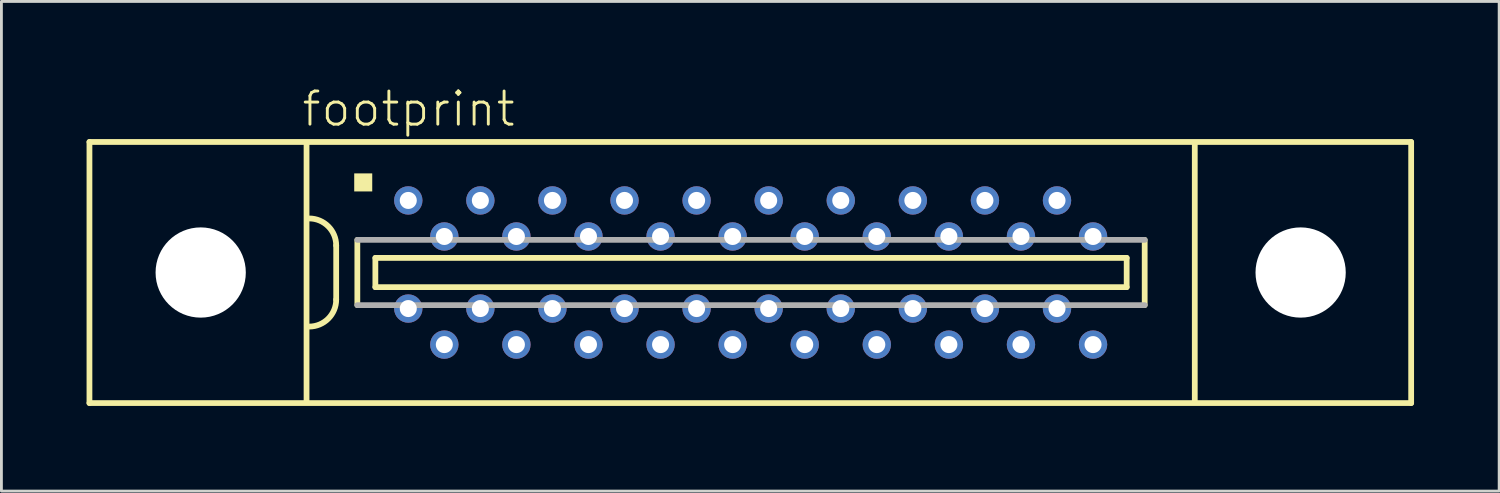
<source format=kicad_pcb>
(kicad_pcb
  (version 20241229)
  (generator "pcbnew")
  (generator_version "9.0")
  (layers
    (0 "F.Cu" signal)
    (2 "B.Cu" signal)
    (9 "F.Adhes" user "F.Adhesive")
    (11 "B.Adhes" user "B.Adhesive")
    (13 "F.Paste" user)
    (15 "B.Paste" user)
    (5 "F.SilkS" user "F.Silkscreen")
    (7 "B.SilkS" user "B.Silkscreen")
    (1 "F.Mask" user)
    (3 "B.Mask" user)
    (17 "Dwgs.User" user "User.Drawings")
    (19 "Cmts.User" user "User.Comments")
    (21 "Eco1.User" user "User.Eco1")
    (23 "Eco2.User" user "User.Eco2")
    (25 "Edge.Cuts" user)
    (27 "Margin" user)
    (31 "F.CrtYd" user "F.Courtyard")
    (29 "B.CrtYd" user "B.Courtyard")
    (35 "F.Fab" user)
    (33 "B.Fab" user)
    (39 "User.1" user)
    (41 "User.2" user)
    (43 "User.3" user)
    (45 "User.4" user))
  (footprint "footprint"
    (layer "F.Cu")
    (at 23.402 6.553)
    (property "Reference" "footprint" (at -15.875 -5.08 0) (layer "F.SilkS") (effects (font (size 1.168 1.168) (thickness 0.102)) (justify left bottom)))
    (fp_line (start -23.3 -4.6) (end -23.3 4.6) (stroke (width 0.203) (type solid)) (layer "F.SilkS"))
    (fp_line (start -23.3 4.6) (end 23.275 4.6) (stroke (width 0.203) (type solid)) (layer "F.SilkS"))
    (fp_line (start -15.65 -4.55) (end -15.65 4.55) (stroke (width 0.203) (type solid)) (layer "F.SilkS"))
    (fp_line (start -14.605 -0.953) (end -14.605 0.953) (stroke (width 0.203) (type solid)) (layer "F.SilkS"))
    (fp_line (start -13.86 -1.15) (end -13.86 1.15) (stroke (width 0.203) (type solid)) (layer "F.SilkS"))
    (fp_line (start -13.225 -0.515) (end -13.225 0.515) (stroke (width 0.203) (type solid)) (layer "F.SilkS"))
    (fp_line (start -13.225 0.515) (end 13.25 0.515) (stroke (width 0.203) (type solid)) (layer "F.SilkS"))
    (fp_line (start 13.25 -0.515) (end -13.225 -0.515) (stroke (width 0.203) (type solid)) (layer "F.SilkS"))
    (fp_line (start 13.25 0.515) (end 13.25 -0.515) (stroke (width 0.203) (type solid)) (layer "F.SilkS"))
    (fp_line (start 13.885 1.15) (end 13.885 -1.15) (stroke (width 0.203) (type solid)) (layer "F.SilkS"))
    (fp_line (start 15.65 4.55) (end 15.65 -4.55) (stroke (width 0.203) (type solid)) (layer "F.SilkS"))
    (fp_line (start 23.275 -4.6) (end -23.3 -4.6) (stroke (width 0.203) (type solid)) (layer "F.SilkS"))
    (fp_line (start 23.275 4.6) (end 23.275 -4.6) (stroke (width 0.203) (type solid)) (layer "F.SilkS"))
    (fp_arc (start -15.5575 -1.905) (mid -14.883981 -1.626019) (end -14.605 -0.9525) (stroke (width 0.2032) (type solid)) (layer "F.SilkS"))
    (fp_arc (start -14.605 0.9525) (mid -14.88401 1.625989) (end -15.557499 1.904999) (stroke (width 0.2032) (type solid)) (layer "F.SilkS"))
    (fp_poly (pts (xy -13.97 -2.857) (xy -13.335 -2.857) (xy -13.335 -3.493) (xy -13.97 -3.493)) (stroke (width 0) (type solid)) (fill yes) (layer "F.SilkS"))
    (fp_line (start -13.86 1.15) (end 13.885 1.15) (stroke (width 0.203) (type solid)) (layer "F.Fab"))
    (fp_line (start 13.885 -1.15) (end -13.86 -1.15) (stroke (width 0.203) (type solid)) (layer "F.Fab"))
    (pad "" np_thru_hole circle (at -19.38 0) (size 3.18 3.18) (drill 3.18) (layers "*.Cu" "*.Mask"))
    (pad "" np_thru_hole circle (at 19.38 0) (size 3.18 3.18) (drill 3.18) (layers "*.Cu" "*.Mask"))
    (pad "1" thru_hole circle (at -12.065 -2.54) (size 1 1) (drill 0.6) (layers "*.Cu" "*.Mask"))
    (pad "2" thru_hole circle (at -10.795 -1.27) (size 1 1) (drill 0.6) (layers "*.Cu" "*.Mask"))
    (pad "3" thru_hole circle (at -9.525 -2.54) (size 1 1) (drill 0.6) (layers "*.Cu" "*.Mask"))
    (pad "4" thru_hole circle (at -8.255 -1.27) (size 1 1) (drill 0.6) (layers "*.Cu" "*.Mask"))
    (pad "5" thru_hole circle (at -6.985 -2.54) (size 1 1) (drill 0.6) (layers "*.Cu" "*.Mask"))
    (pad "6" thru_hole circle (at -5.715 -1.27 180) (size 1 1) (drill 0.6) (layers "*.Cu" "*.Mask"))
    (pad "7" thru_hole circle (at -4.445 -2.54 180) (size 1 1) (drill 0.6) (layers "*.Cu" "*.Mask"))
    (pad "8" thru_hole circle (at -3.175 -1.27 180) (size 1 1) (drill 0.6) (layers "*.Cu" "*.Mask"))
    (pad "9" thru_hole circle (at -1.905 -2.54 180) (size 1 1) (drill 0.6) (layers "*.Cu" "*.Mask"))
    (pad "10" thru_hole circle (at -0.635 -1.27 180) (size 1 1) (drill 0.6) (layers "*.Cu" "*.Mask"))
    (pad "11" thru_hole circle (at 0.635 -2.54 180) (size 1 1) (drill 0.6) (layers "*.Cu" "*.Mask"))
    (pad "12" thru_hole circle (at 1.905 -1.27 180) (size 1 1) (drill 0.6) (layers "*.Cu" "*.Mask"))
    (pad "13" thru_hole circle (at 3.175 -2.54 180) (size 1 1) (drill 0.6) (layers "*.Cu" "*.Mask"))
    (pad "14" thru_hole circle (at 4.445 -1.27 180) (size 1 1) (drill 0.6) (layers "*.Cu" "*.Mask"))
    (pad "15" thru_hole circle (at 5.715 -2.54 180) (size 1 1) (drill 0.6) (layers "*.Cu" "*.Mask"))
    (pad "16" thru_hole circle (at 6.985 -1.27 180) (size 1 1) (drill 0.6) (layers "*.Cu" "*.Mask"))
    (pad "17" thru_hole circle (at 8.255 -2.54 180) (size 1 1) (drill 0.6) (layers "*.Cu" "*.Mask"))
    (pad "18" thru_hole circle (at 9.525 -1.27 180) (size 1 1) (drill 0.6) (layers "*.Cu" "*.Mask"))
    (pad "19" thru_hole circle (at 10.795 -2.54 180) (size 1 1) (drill 0.6) (layers "*.Cu" "*.Mask"))
    (pad "20" thru_hole circle (at 12.065 -1.27 180) (size 1 1) (drill 0.6) (layers "*.Cu" "*.Mask"))
    (pad "21" thru_hole circle (at -12.065 1.27 180) (size 1 1) (drill 0.6) (layers "*.Cu" "*.Mask"))
    (pad "22" thru_hole circle (at -10.795 2.54 180) (size 1 1) (drill 0.6) (layers "*.Cu" "*.Mask"))
    (pad "23" thru_hole circle (at -9.525 1.27 180) (size 1 1) (drill 0.6) (layers "*.Cu" "*.Mask"))
    (pad "24" thru_hole circle (at -8.255 2.54 180) (size 1 1) (drill 0.6) (layers "*.Cu" "*.Mask"))
    (pad "25" thru_hole circle (at -6.985 1.27 180) (size 1 1) (drill 0.6) (layers "*.Cu" "*.Mask"))
    (pad "26" thru_hole circle (at -5.715 2.54 180) (size 1 1) (drill 0.6) (layers "*.Cu" "*.Mask"))
    (pad "27" thru_hole circle (at -4.445 1.27 180) (size 1 1) (drill 0.6) (layers "*.Cu" "*.Mask"))
    (pad "28" thru_hole circle (at -3.175 2.54 180) (size 1 1) (drill 0.6) (layers "*.Cu" "*.Mask"))
    (pad "29" thru_hole circle (at -1.905 1.27 180) (size 1 1) (drill 0.6) (layers "*.Cu" "*.Mask"))
    (pad "30" thru_hole circle (at -0.635 2.54 180) (size 1 1) (drill 0.6) (layers "*.Cu" "*.Mask"))
    (pad "31" thru_hole circle (at 0.635 1.27 180) (size 1 1) (drill 0.6) (layers "*.Cu" "*.Mask"))
    (pad "32" thru_hole circle (at 1.905 2.54 180) (size 1 1) (drill 0.6) (layers "*.Cu" "*.Mask"))
    (pad "33" thru_hole circle (at 3.175 1.27 180) (size 1 1) (drill 0.6) (layers "*.Cu" "*.Mask"))
    (pad "34" thru_hole circle (at 4.445 2.54 180) (size 1 1) (drill 0.6) (layers "*.Cu" "*.Mask"))
    (pad "35" thru_hole circle (at 5.715 1.27 180) (size 1 1) (drill 0.6) (layers "*.Cu" "*.Mask"))
    (pad "36" thru_hole circle (at 6.985 2.54 180) (size 1 1) (drill 0.6) (layers "*.Cu" "*.Mask"))
    (pad "37" thru_hole circle (at 8.255 1.27 180) (size 1 1) (drill 0.6) (layers "*.Cu" "*.Mask"))
    (pad "38" thru_hole circle (at 9.525 2.54 180) (size 1 1) (drill 0.6) (layers "*.Cu" "*.Mask"))
    (pad "39" thru_hole circle (at 10.795 1.27 180) (size 1 1) (drill 0.6) (layers "*.Cu" "*.Mask"))
    (pad "40" thru_hole circle (at 12.065 2.54 180) (size 1 1) (drill 0.6) (layers "*.Cu" "*.Mask")))
  (gr_rect
    (start -3 -3)
    (end 49.778 14.255)
    (stroke (width 0.1) (type default))
    (fill no)
    (layer "Edge.Cuts")))
</source>
